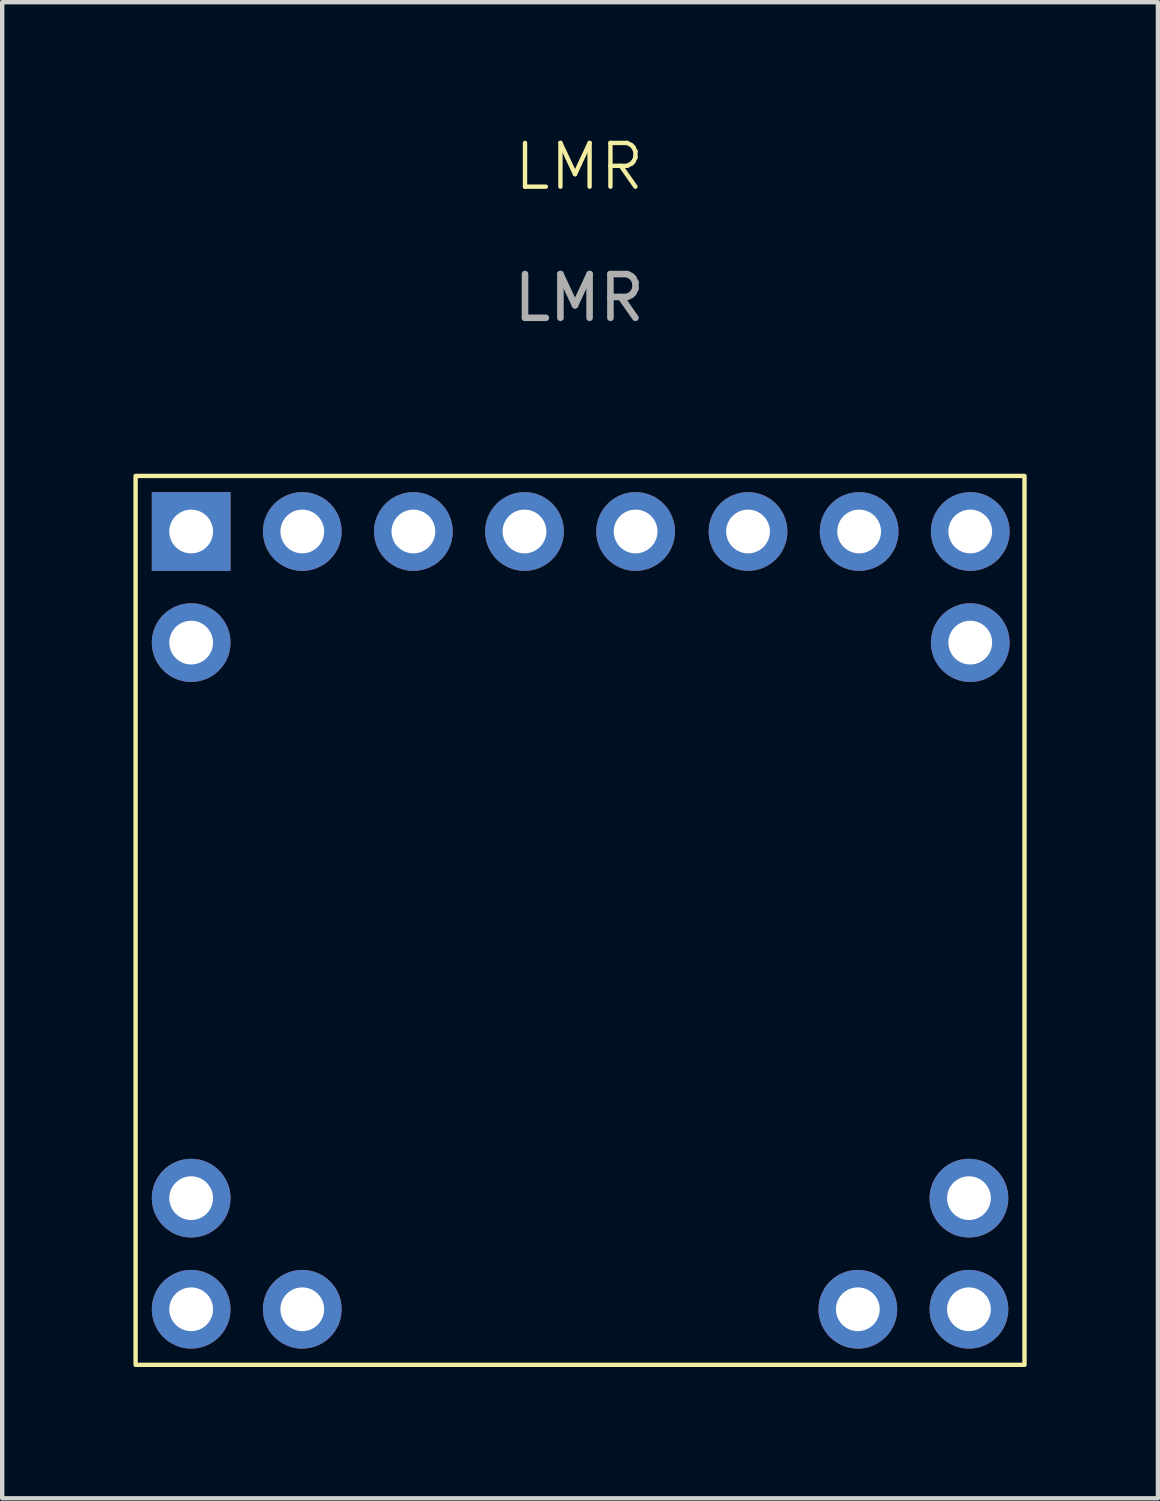
<source format=kicad_pcb>
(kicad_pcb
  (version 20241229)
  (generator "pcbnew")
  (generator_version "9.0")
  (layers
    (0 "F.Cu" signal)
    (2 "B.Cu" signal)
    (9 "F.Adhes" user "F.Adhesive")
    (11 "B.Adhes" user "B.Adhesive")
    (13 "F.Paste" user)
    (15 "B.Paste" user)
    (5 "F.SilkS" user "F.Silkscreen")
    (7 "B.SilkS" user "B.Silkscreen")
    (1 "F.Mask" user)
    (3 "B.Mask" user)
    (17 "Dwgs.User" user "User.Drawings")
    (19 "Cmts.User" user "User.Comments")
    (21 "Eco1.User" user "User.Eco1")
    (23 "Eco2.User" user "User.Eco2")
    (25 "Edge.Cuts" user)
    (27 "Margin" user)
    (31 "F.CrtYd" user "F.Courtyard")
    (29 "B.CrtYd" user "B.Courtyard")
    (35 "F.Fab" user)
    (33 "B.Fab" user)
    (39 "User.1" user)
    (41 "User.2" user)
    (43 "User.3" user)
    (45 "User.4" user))
  (footprint "LMR"
    (layer "F.Cu")
    (at 10.19 1.26)
    (property "Reference" "LMR" (at 0 -0.5 0) (unlocked yes) (layer "F.SilkS") (effects (font (size 1 1) (thickness 0.1))))
    (attr smd)
    (fp_rect (start -10.14 6.57) (end 10.18 26.89) (stroke (width 0.1) (type solid)) (fill no) (layer "F.SilkS"))
    (fp_text user "${REFERENCE}" (at 0 2.5 0) (unlocked yes) (layer "F.Fab") (effects (font (size 1 1) (thickness 0.15))))
    (pad "1" thru_hole rect (at -8.87 7.84) (size 1.8 1.8) (drill 1) (layers "*.Cu" "*.Mask"))
    (pad "2" thru_hole circle (at -6.33 7.84) (size 1.8 1.8) (drill 1) (layers "*.Cu" "*.Mask"))
    (pad "3" thru_hole circle (at -3.79 7.84) (size 1.8 1.8) (drill 1) (layers "*.Cu" "*.Mask"))
    (pad "4" thru_hole circle (at -1.25 7.84) (size 1.8 1.8) (drill 1) (layers "*.Cu" "*.Mask"))
    (pad "5" thru_hole circle (at 1.29 7.84) (size 1.8 1.8) (drill 1) (layers "*.Cu" "*.Mask"))
    (pad "6" thru_hole circle (at 3.86 7.84) (size 1.8 1.8) (drill 1) (layers "*.Cu" "*.Mask"))
    (pad "7" thru_hole circle (at 6.4 7.84) (size 1.8 1.8) (drill 1) (layers "*.Cu" "*.Mask"))
    (pad "8" thru_hole circle (at 8.94 7.84) (size 1.8 1.8) (drill 1) (layers "*.Cu" "*.Mask"))
    (pad "9" thru_hole circle (at 8.94 10.38) (size 1.8 1.8) (drill 1) (layers "*.Cu" "*.Mask"))
    (pad "10" thru_hole circle (at -8.87 10.38) (size 1.8 1.8) (drill 1) (layers "*.Cu" "*.Mask" "Eco1.User"))
    (pad "11" thru_hole circle (at -8.87 23.08 180) (size 1.8 1.8) (drill 1) (layers "*.Cu" "*.Mask" "Eco1.User"))
    (pad "12" thru_hole circle (at -8.87 25.62) (size 1.8 1.8) (drill 1) (layers "*.Cu" "*.Mask" "Eco1.User"))
    (pad "13" thru_hole circle (at -6.33 25.62 90) (size 1.8 1.8) (drill 1) (layers "*.Cu" "*.Mask" "Eco1.User"))
    (pad "14" thru_hole circle (at 8.91 23.08 180) (size 1.8 1.8) (drill 1) (layers "*.Cu" "*.Mask" "Eco1.User"))
    (pad "15" thru_hole circle (at 8.91 25.62 90) (size 1.8 1.8) (drill 1) (layers "*.Cu" "*.Mask" "Eco1.User"))
    (pad "16" thru_hole circle (at 6.37 25.62 270) (size 1.8 1.8) (drill 1) (layers "*.Cu" "*.Mask" "Eco1.User")))
  (gr_rect
    (start -3 -3)
    (end 23.42 31.201)
    (stroke (width 0.1) (type default))
    (fill no)
    (layer "Edge.Cuts")))
</source>
